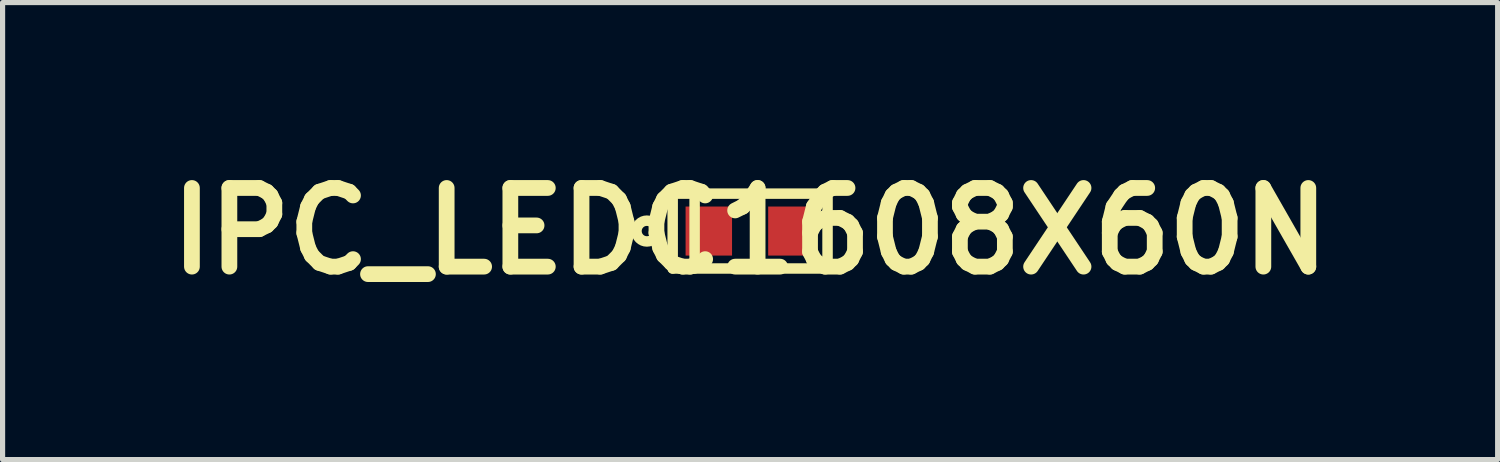
<source format=kicad_pcb>
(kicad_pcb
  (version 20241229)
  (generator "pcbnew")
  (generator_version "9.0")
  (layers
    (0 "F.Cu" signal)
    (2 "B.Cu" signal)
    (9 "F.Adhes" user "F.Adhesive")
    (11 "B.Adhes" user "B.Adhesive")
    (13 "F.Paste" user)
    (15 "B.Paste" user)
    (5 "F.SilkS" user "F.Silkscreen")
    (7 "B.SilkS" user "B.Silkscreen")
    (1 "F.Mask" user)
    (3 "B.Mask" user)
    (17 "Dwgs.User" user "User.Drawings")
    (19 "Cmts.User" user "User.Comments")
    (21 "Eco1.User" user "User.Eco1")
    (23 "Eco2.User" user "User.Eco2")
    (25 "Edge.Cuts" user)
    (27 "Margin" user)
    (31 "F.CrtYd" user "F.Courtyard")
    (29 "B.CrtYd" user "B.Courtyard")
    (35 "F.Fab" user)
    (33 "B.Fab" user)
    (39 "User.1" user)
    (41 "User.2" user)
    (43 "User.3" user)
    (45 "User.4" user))
  (footprint "IPC_LEDC1608X60N"
    (layer "F.Cu")
    (at 11.481 1.426)
    (property "Reference" "IPC_LEDC1608X60N" (at 0 0 0) (layer "F.SilkS") (effects (font (size 1.524 1.524) (thickness 0.305))))
    (attr through_hole)
    (fp_line (start -1.5 -0.725) (end 1.5 -0.725) (stroke (width 0.203) (type solid)) (layer "F.SilkS"))
    (fp_line (start -1.5 0.725) (end -1.5 -0.725) (stroke (width 0.203) (type solid)) (layer "F.SilkS"))
    (fp_line (start -1.075 -0.725) (end -1.075 0.725) (stroke (width 0.203) (type solid)) (layer "F.SilkS"))
    (fp_line (start 1.5 -0.725) (end 1.5 0.725) (stroke (width 0.203) (type solid)) (layer "F.SilkS"))
    (fp_line (start 1.5 0.725) (end -1.5 0.725) (stroke (width 0.203) (type solid)) (layer "F.SilkS"))
    (fp_circle (center -2 0) (end -1.9 0) (stroke (width 0.203) (type solid)) (fill no) (layer "F.SilkS"))
    (pad "1" smd rect (at 0.8 0) (size 0.9 0.95) (layers "F.Cu" "F.Mask" "F.Paste"))
    (pad "2" smd rect (at -0.8 0) (size 0.9 0.95) (layers "F.Cu" "F.Mask" "F.Paste")))
  (gr_rect
    (start -3 -3)
    (end 25.962 5.853)
    (stroke (width 0.1) (type default))
    (fill no)
    (layer "Edge.Cuts")))
</source>
